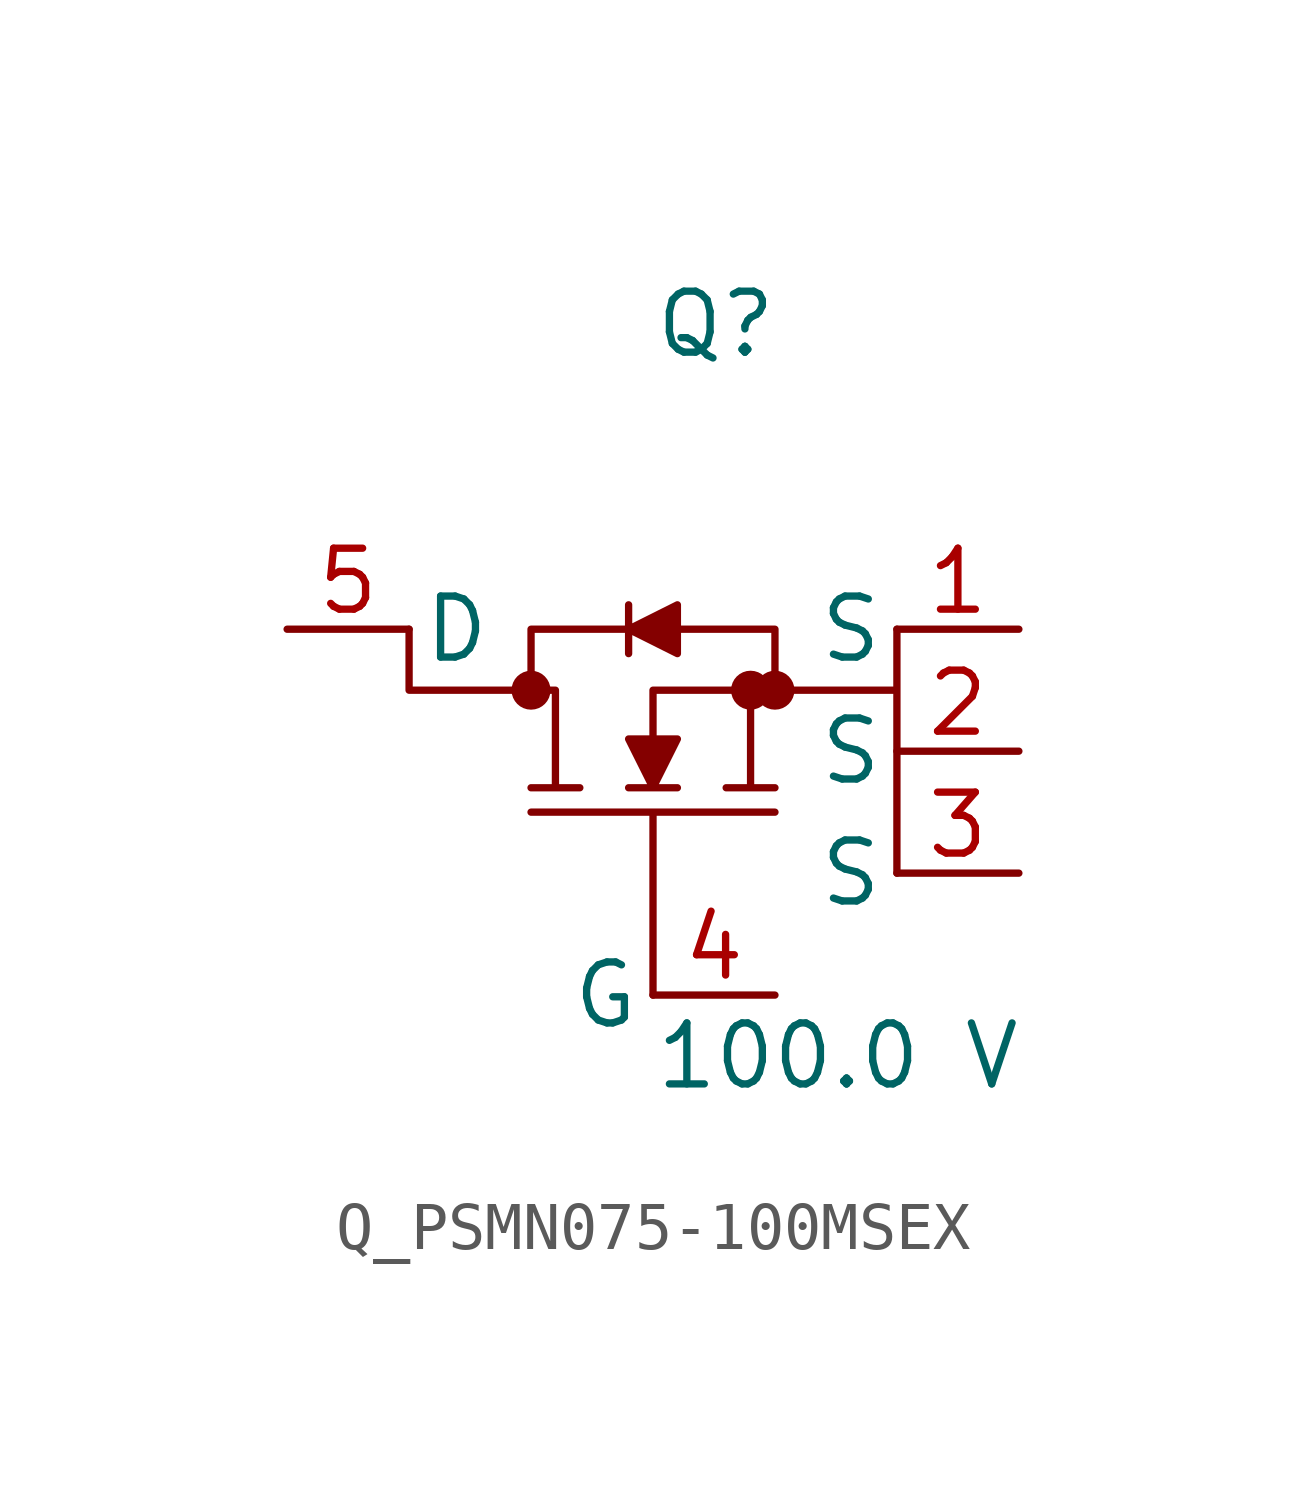
<source format=kicad_sym>
(kicad_symbol_lib
  (version 20231120)
  (generator kicad_symbol_editor)
  (generator_version 8.0)
  (symbol "Q_PSMN075-100MSEX"
    (pin_names
      (offset 0.254))
    (property "Reference" "Q"
      (at 0.0 7.62 0)
      (effects (font (size 1.27 1.27)) (justify left)))
    (property "Value" "100.0 V"
      (at 0.0 -7.62 0)
      (effects (font (size 1.27 1.27)) (justify left)))
    (symbol "Q_PSMN075-100MSEX_1_0"
      (polyline (pts (xy 0 -6.35) (xy 0 -2.54) (xy -2.54 -2.54) (xy 2.54 -2.54) (xy 0 -2.54) (xy 0 -6.35)) (stroke (width 0) (type default)) (fill (type none)))
      (polyline (pts (xy 5.08 1.27) (xy 5.08 0.0) (xy 2.54 0.0) (xy 2.54 1.27) (xy 0.508 1.27) (xy 0.508 1.778) (xy -0.508 1.27) (xy -0.508 1.778) (xy -0.508 1.27) (xy -2.54 1.27) (xy -2.54 0.0) (xy -5.08 0.0) (xy -5.08 1.27) (xy -5.08 0.0) (xy -2.032 0.0) (xy -2.032 -2.032) (xy -2.54 -2.032) (xy -1.524 -2.032) (xy -2.032 -2.032) (xy -2.032 0.0) (xy -2.54 0.0) (xy -2.54 1.27) (xy -0.508 1.27) (xy -0.508 0.762) (xy -0.508 1.27) (xy 0.508 0.762) (xy 0.508 1.27) (xy 2.54 1.27) (xy 2.54 0.0) (xy 0 0.0) (xy 0 -1.016) (xy -0.508 -1.016) (xy 0 -2.032) (xy -0.508 -2.032) (xy 0.508 -2.032) (xy 0 -2.032) (xy 0.508 -1.016) (xy 0 -1.016) (xy 0 0.0) (xy 2.032 0.0) (xy 2.032 -2.032) (xy 1.524 -2.032) (xy 2.54 -2.032) (xy 2.032 -2.032) (xy 2.032 0.0) (xy 5.08 0.0) (xy 5.08 -3.81)) (stroke (width 0) (type default)) (fill (type outline)))
      (circle (center -2.54 0.0) (radius 0.025) (stroke (width 0.381) (type default)) (fill (type none)))
      (circle (center 2.032 0.0) (radius 0.025) (stroke (width 0.381) (type default)) (fill (type none)))
      (circle (center 2.54 0.0) (radius 0.025) (stroke (width 0.381) (type default)) (fill (type none)))
      (pin unspecified line (at -7.62 1.27 0) (length 2.54) (name "D" (effects (font (size 1.27 1.27)))) (number "5" (effects (font (size 1.27 1.27)))))
      (pin unspecified line (at 7.62 1.27 180) (length 2.54) (name "S" (effects (font (size 1.27 1.27)))) (number "1" (effects (font (size 1.27 1.27)))))
      (pin unspecified line (at 7.62 -1.27 180) (length 2.54) (name "S" (effects (font (size 1.27 1.27)))) (number "2" (effects (font (size 1.27 1.27)))))
      (pin unspecified line (at 7.62 -3.81 180) (length 2.54) (name "S" (effects (font (size 1.27 1.27)))) (number "3" (effects (font (size 1.27 1.27)))))
      (pin unspecified line (at 2.54 -6.35 180) (length 2.54) (name "G" (effects (font (size 1.27 1.27)))) (number "4" (effects (font (size 1.27 1.27))))))))
</source>
